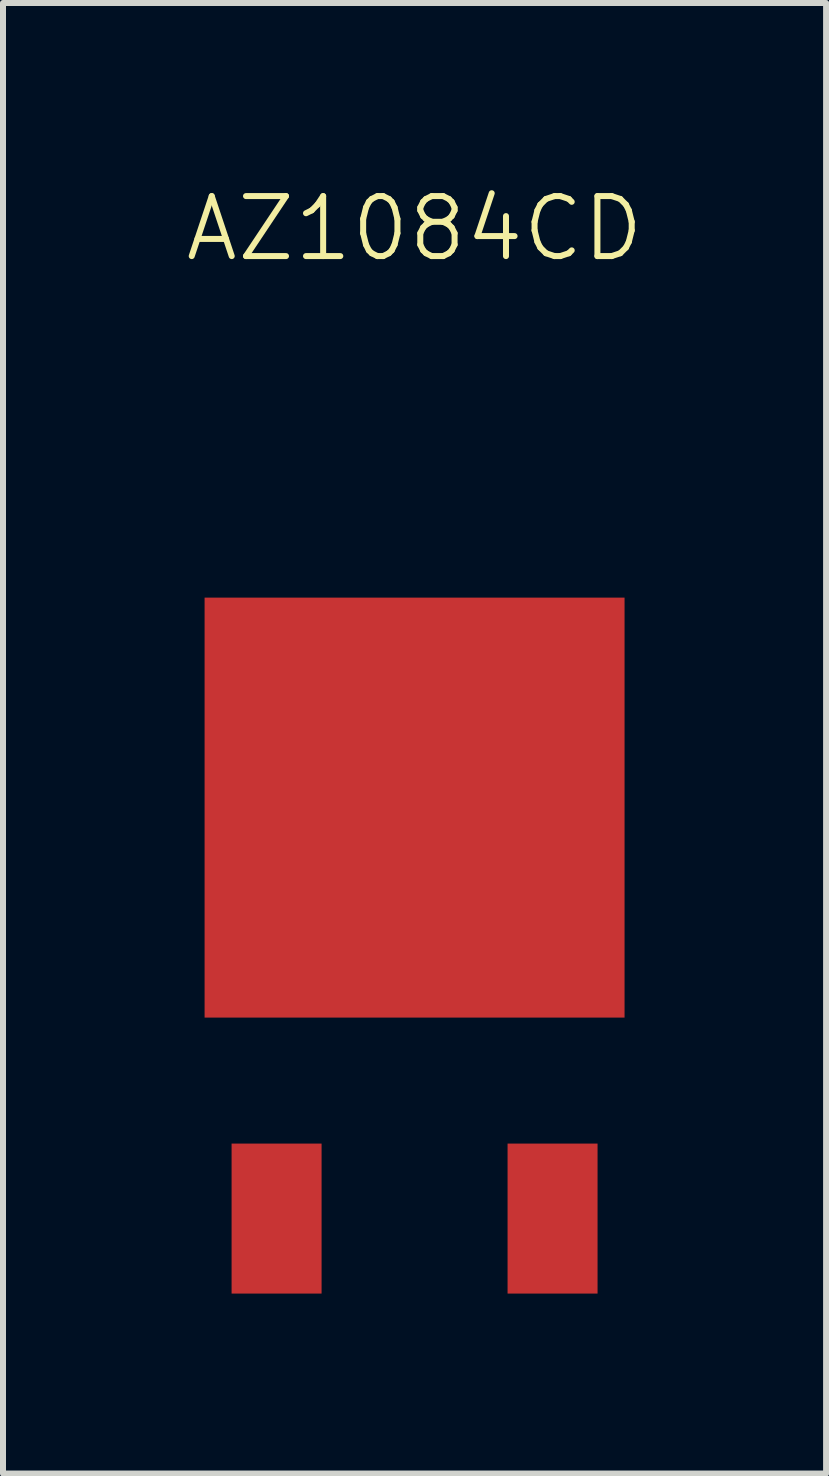
<source format=kicad_pcb>
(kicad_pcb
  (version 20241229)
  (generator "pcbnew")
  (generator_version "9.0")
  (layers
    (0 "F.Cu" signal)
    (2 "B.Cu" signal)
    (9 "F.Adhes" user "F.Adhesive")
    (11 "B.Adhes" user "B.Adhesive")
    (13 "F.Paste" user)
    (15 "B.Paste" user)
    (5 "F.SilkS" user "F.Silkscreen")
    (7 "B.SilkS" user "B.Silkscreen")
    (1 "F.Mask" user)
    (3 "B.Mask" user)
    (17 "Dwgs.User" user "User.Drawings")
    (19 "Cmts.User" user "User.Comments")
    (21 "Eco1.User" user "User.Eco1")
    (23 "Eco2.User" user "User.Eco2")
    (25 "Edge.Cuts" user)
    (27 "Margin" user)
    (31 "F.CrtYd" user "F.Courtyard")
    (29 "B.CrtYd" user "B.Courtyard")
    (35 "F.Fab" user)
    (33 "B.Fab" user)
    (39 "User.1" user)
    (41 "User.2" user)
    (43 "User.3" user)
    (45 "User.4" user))
  (footprint "AZ1084CD"
    (layer "F.Cu")
    (at 3.86 16.011)
    (property "Reference" "AZ1084CD" (at 0 -15.25 0) (unlocked yes) (layer "F.SilkS") (effects (font (size 1 1) (thickness 0.1))))
    (attr smd)
    (pad "1" smd rect (at -2.3 0) (size 1.5 2.5) (drill (offset 0 1.25)) (layers "F.Cu" "F.Mask" "F.Paste"))
    (pad "2" smd rect (at 0 -2.1) (size 7 7) (drill (offset 0 -3.5)) (layers "F.Cu" "F.Mask" "F.Paste"))
    (pad "3" smd rect (at 2.3 0) (size 1.5 2.5) (drill (offset 0 1.25)) (layers "F.Cu" "F.Mask" "F.Paste")))
  (gr_rect
    (start -3 -3)
    (end 10.719 21.511)
    (stroke (width 0.1) (type default))
    (fill no)
    (layer "Edge.Cuts")))
</source>
